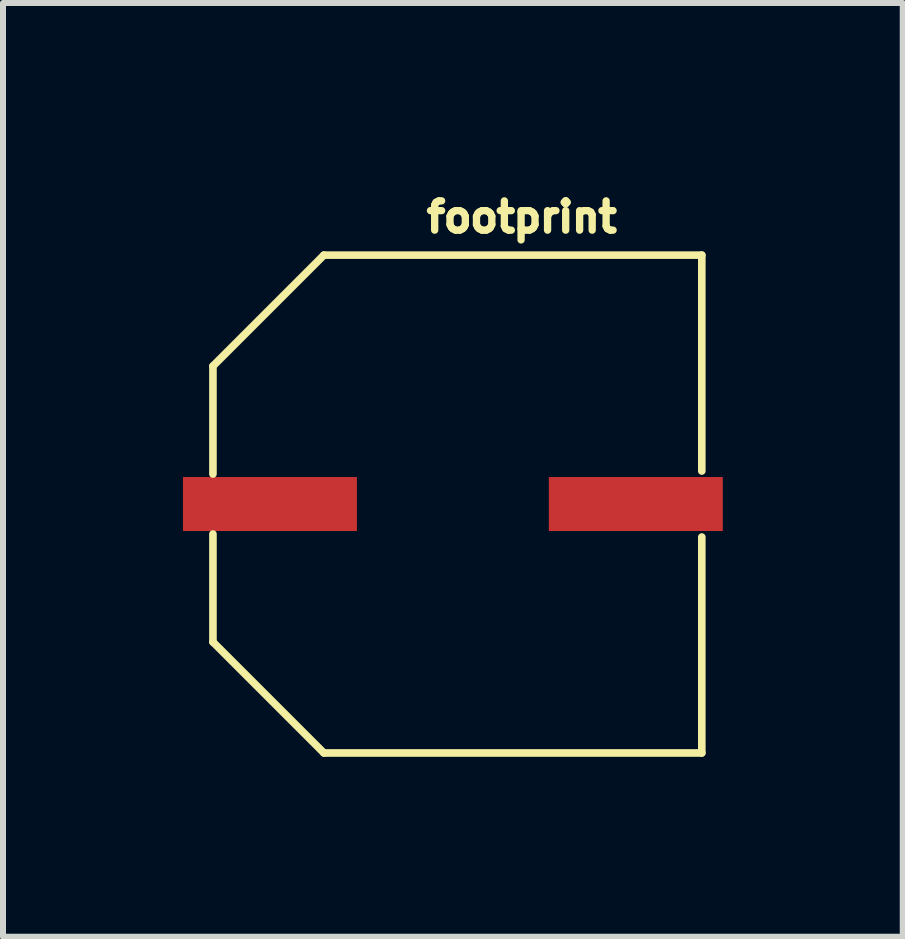
<source format=kicad_pcb>
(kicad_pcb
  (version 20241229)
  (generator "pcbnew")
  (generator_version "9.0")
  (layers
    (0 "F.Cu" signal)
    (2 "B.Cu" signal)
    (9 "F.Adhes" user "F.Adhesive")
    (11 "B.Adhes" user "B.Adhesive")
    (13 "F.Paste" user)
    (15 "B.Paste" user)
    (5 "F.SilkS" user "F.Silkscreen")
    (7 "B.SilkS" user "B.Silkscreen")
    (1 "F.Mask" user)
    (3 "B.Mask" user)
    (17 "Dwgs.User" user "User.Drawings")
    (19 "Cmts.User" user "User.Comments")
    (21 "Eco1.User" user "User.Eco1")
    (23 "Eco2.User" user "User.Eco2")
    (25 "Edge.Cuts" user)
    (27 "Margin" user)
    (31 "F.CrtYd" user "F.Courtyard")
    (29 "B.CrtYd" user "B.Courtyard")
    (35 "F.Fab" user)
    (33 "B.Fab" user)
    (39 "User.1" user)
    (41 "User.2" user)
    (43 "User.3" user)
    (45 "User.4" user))
  (footprint "footprint"
    (layer "F.Cu")
    (at 4.5 5.353)
    (property "Reference" "footprint" (at -0.5 -4.5 0) (layer "F.SilkS") (effects (font (size 0.488 0.488) (thickness 0.122)) (justify left bottom)))
    (fp_line (start -4 -2.3) (end -4 -0.5) (stroke (width 0.127) (type solid)) (layer "F.SilkS"))
    (fp_line (start -4 0.5) (end -4 2.3) (stroke (width 0.127) (type solid)) (layer "F.SilkS"))
    (fp_line (start -4 2.3) (end -2.15 4.15) (stroke (width 0.127) (type solid)) (layer "F.SilkS"))
    (fp_line (start -2.15 -4.15) (end -4 -2.3) (stroke (width 0.127) (type solid)) (layer "F.SilkS"))
    (fp_line (start -2.15 -4.15) (end 4.15 -4.15) (stroke (width 0.127) (type solid)) (layer "F.SilkS"))
    (fp_line (start 4.15 -4.15) (end 4.15 -0.55) (stroke (width 0.127) (type solid)) (layer "F.SilkS"))
    (fp_line (start 4.15 0.55) (end 4.15 4.15) (stroke (width 0.127) (type solid)) (layer "F.SilkS"))
    (fp_line (start 4.15 4.15) (end -2.15 4.15) (stroke (width 0.127) (type solid)) (layer "F.SilkS"))
    (pad "+" smd rect (at -3.05 0) (size 2.9 0.9) (layers "F.Cu" "F.Mask" "F.Paste"))
    (pad "-" smd rect (at 3.05 0) (size 2.9 0.9) (layers "F.Cu" "F.Mask" "F.Paste")))
  (gr_rect
    (start -3 -3)
    (end 12 12.567)
    (stroke (width 0.1) (type default))
    (fill no)
    (layer "Edge.Cuts")))
</source>
